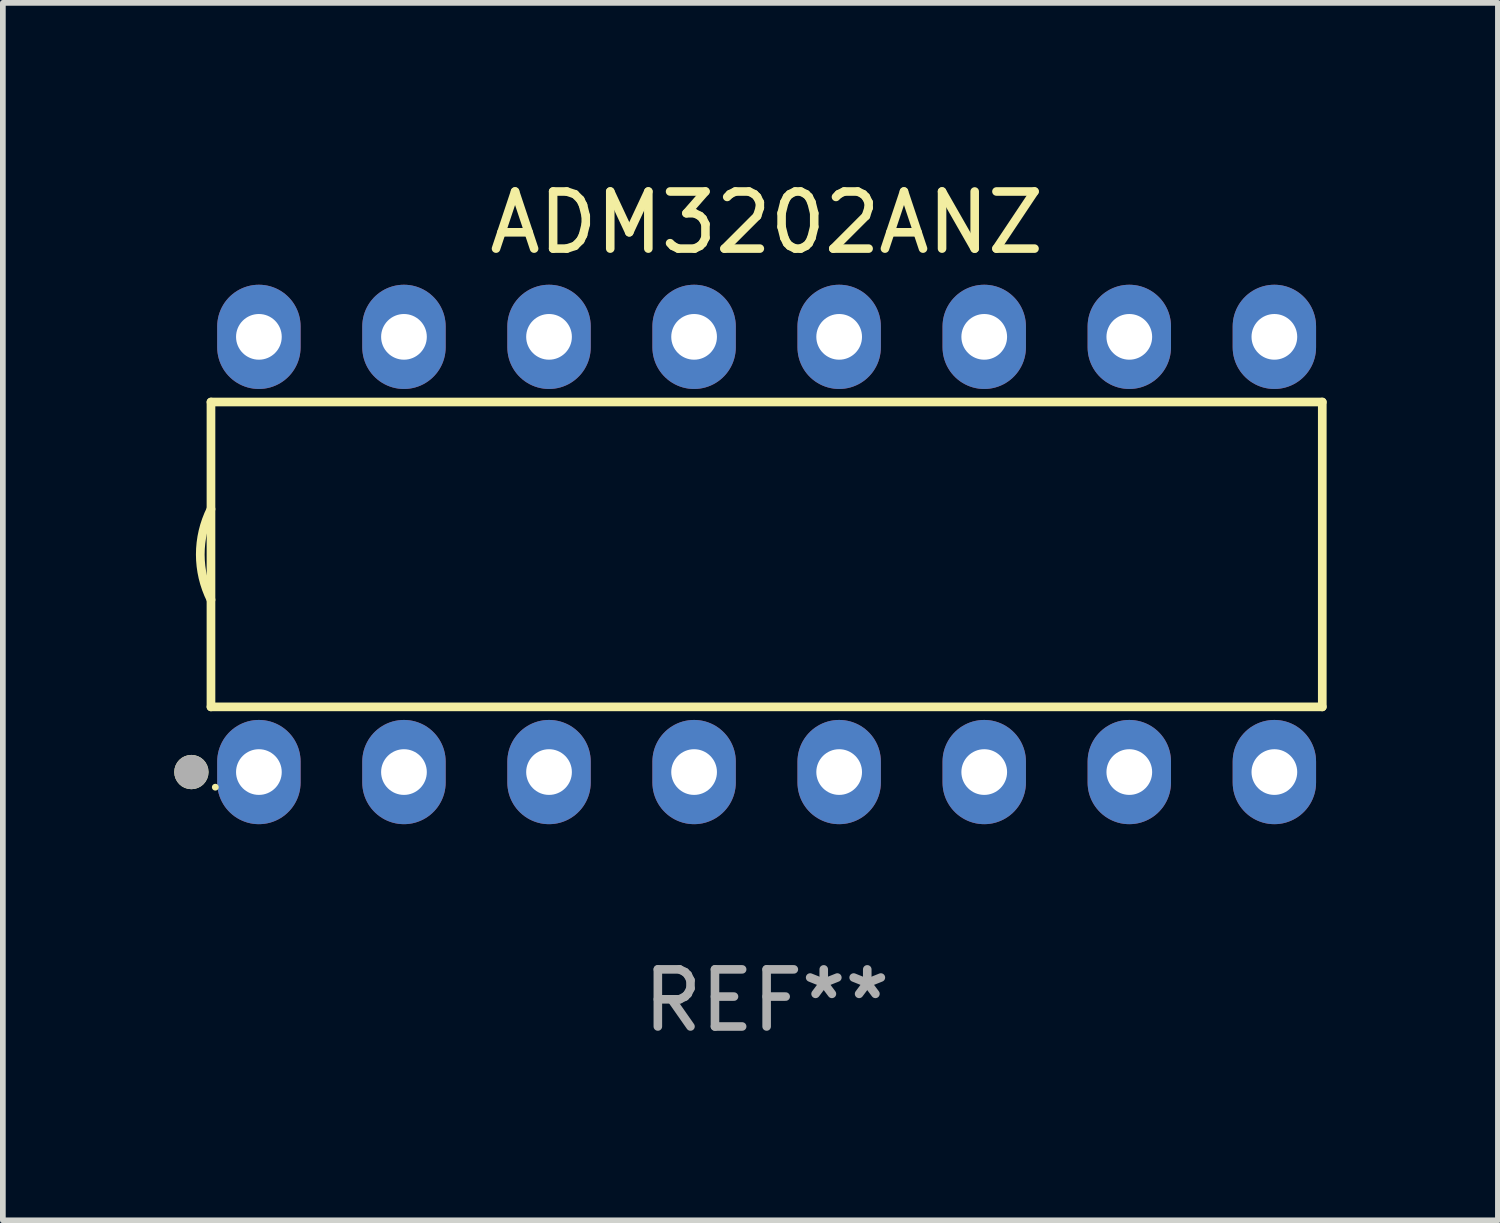
<source format=kicad_pcb>
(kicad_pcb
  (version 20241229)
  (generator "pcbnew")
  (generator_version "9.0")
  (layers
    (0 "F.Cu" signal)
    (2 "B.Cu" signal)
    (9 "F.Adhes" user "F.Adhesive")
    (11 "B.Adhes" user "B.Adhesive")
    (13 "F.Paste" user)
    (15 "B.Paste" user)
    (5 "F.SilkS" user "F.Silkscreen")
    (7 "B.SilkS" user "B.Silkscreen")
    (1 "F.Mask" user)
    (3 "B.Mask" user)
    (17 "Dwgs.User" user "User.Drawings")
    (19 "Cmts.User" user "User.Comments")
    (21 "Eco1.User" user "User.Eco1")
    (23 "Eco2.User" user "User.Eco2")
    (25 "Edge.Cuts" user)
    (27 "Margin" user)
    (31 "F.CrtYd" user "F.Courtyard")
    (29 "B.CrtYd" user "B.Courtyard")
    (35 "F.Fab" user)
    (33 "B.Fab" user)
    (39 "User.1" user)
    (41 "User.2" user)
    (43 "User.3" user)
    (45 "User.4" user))
  (footprint "ADM3202ANZ"
    (layer "F.Cu")
    (at 10.373 6.658)
    (property "Reference" "ADM3202ANZ" (at 0 -5.81 0) (layer "F.SilkS") (effects (font (size 1 1) (thickness 0.15))))
    (attr through_hole)
    (fp_line (start -9.729 -2.669) (end 9.729 -2.669) (stroke (width 0.152) (type solid)) (layer "F.SilkS"))
    (fp_line (start -9.729 2.669) (end -9.729 -2.669) (stroke (width 0.152) (type solid)) (layer "F.SilkS"))
    (fp_line (start 9.729 -2.669) (end 9.729 2.669) (stroke (width 0.152) (type solid)) (layer "F.SilkS"))
    (fp_line (start 9.729 2.669) (end -9.729 2.669) (stroke (width 0.152) (type solid)) (layer "F.SilkS"))
    (fp_arc (start -9.728727 0.793751) (mid -9.916106 0) (end -9.728727 -0.793752) (stroke (width 0.1524) (type solid)) (layer "F.SilkS"))
    (fp_circle (center -10.072 3.81) (end -9.922 3.81) (stroke (width 0.3) (type solid)) (fill no) (layer "F.SilkS"))
    (fp_circle (center -9.653 4.075) (end -9.623 4.075) (stroke (width 0.06) (type solid)) (fill no) (layer "F.SilkS"))
    (fp_circle (center -10.072 3.81) (end -9.922 3.81) (stroke (width 0.3) (type solid)) (fill no) (layer "F.Fab"))
    (fp_text user "REF**" (at 0 7.81 0) (layer "F.Fab") (effects (font (size 1 1) (thickness 0.15))))
    (pad "1" thru_hole oval (at -8.89 3.81) (size 1.46 1.825) (drill 0.8) (layers "*.Cu" "*.Mask"))
    (pad "2" thru_hole oval (at -6.35 3.81) (size 1.46 1.825) (drill 0.8) (layers "*.Cu" "*.Mask"))
    (pad "3" thru_hole oval (at -3.81 3.81) (size 1.46 1.825) (drill 0.8) (layers "*.Cu" "*.Mask"))
    (pad "4" thru_hole oval (at -1.27 3.81) (size 1.46 1.825) (drill 0.8) (layers "*.Cu" "*.Mask"))
    (pad "5" thru_hole oval (at 1.27 3.81) (size 1.46 1.825) (drill 0.8) (layers "*.Cu" "*.Mask"))
    (pad "6" thru_hole oval (at 3.81 3.81) (size 1.46 1.825) (drill 0.8) (layers "*.Cu" "*.Mask"))
    (pad "7" thru_hole oval (at 6.35 3.81) (size 1.46 1.825) (drill 0.8) (layers "*.Cu" "*.Mask"))
    (pad "8" thru_hole oval (at 8.89 3.81) (size 1.46 1.825) (drill 0.8) (layers "*.Cu" "*.Mask"))
    (pad "9" thru_hole oval (at 8.89 -3.81) (size 1.46 1.825) (drill 0.8) (layers "*.Cu" "*.Mask"))
    (pad "10" thru_hole oval (at 6.35 -3.81) (size 1.46 1.825) (drill 0.8) (layers "*.Cu" "*.Mask"))
    (pad "11" thru_hole oval (at 3.81 -3.81) (size 1.46 1.825) (drill 0.8) (layers "*.Cu" "*.Mask"))
    (pad "12" thru_hole oval (at 1.27 -3.81) (size 1.46 1.825) (drill 0.8) (layers "*.Cu" "*.Mask"))
    (pad "13" thru_hole oval (at -1.27 -3.81) (size 1.46 1.825) (drill 0.8) (layers "*.Cu" "*.Mask"))
    (pad "14" thru_hole oval (at -3.81 -3.81) (size 1.46 1.825) (drill 0.8) (layers "*.Cu" "*.Mask"))
    (pad "15" thru_hole oval (at -6.35 -3.81) (size 1.46 1.825) (drill 0.8) (layers "*.Cu" "*.Mask"))
    (pad "16" thru_hole oval (at -8.89 -3.81) (size 1.46 1.825) (drill 0.8) (layers "*.Cu" "*.Mask")))
  (gr_rect
    (start -3 -3)
    (end 23.177 18.317)
    (stroke (width 0.1) (type default))
    (fill no)
    (layer "Edge.Cuts")))
</source>
